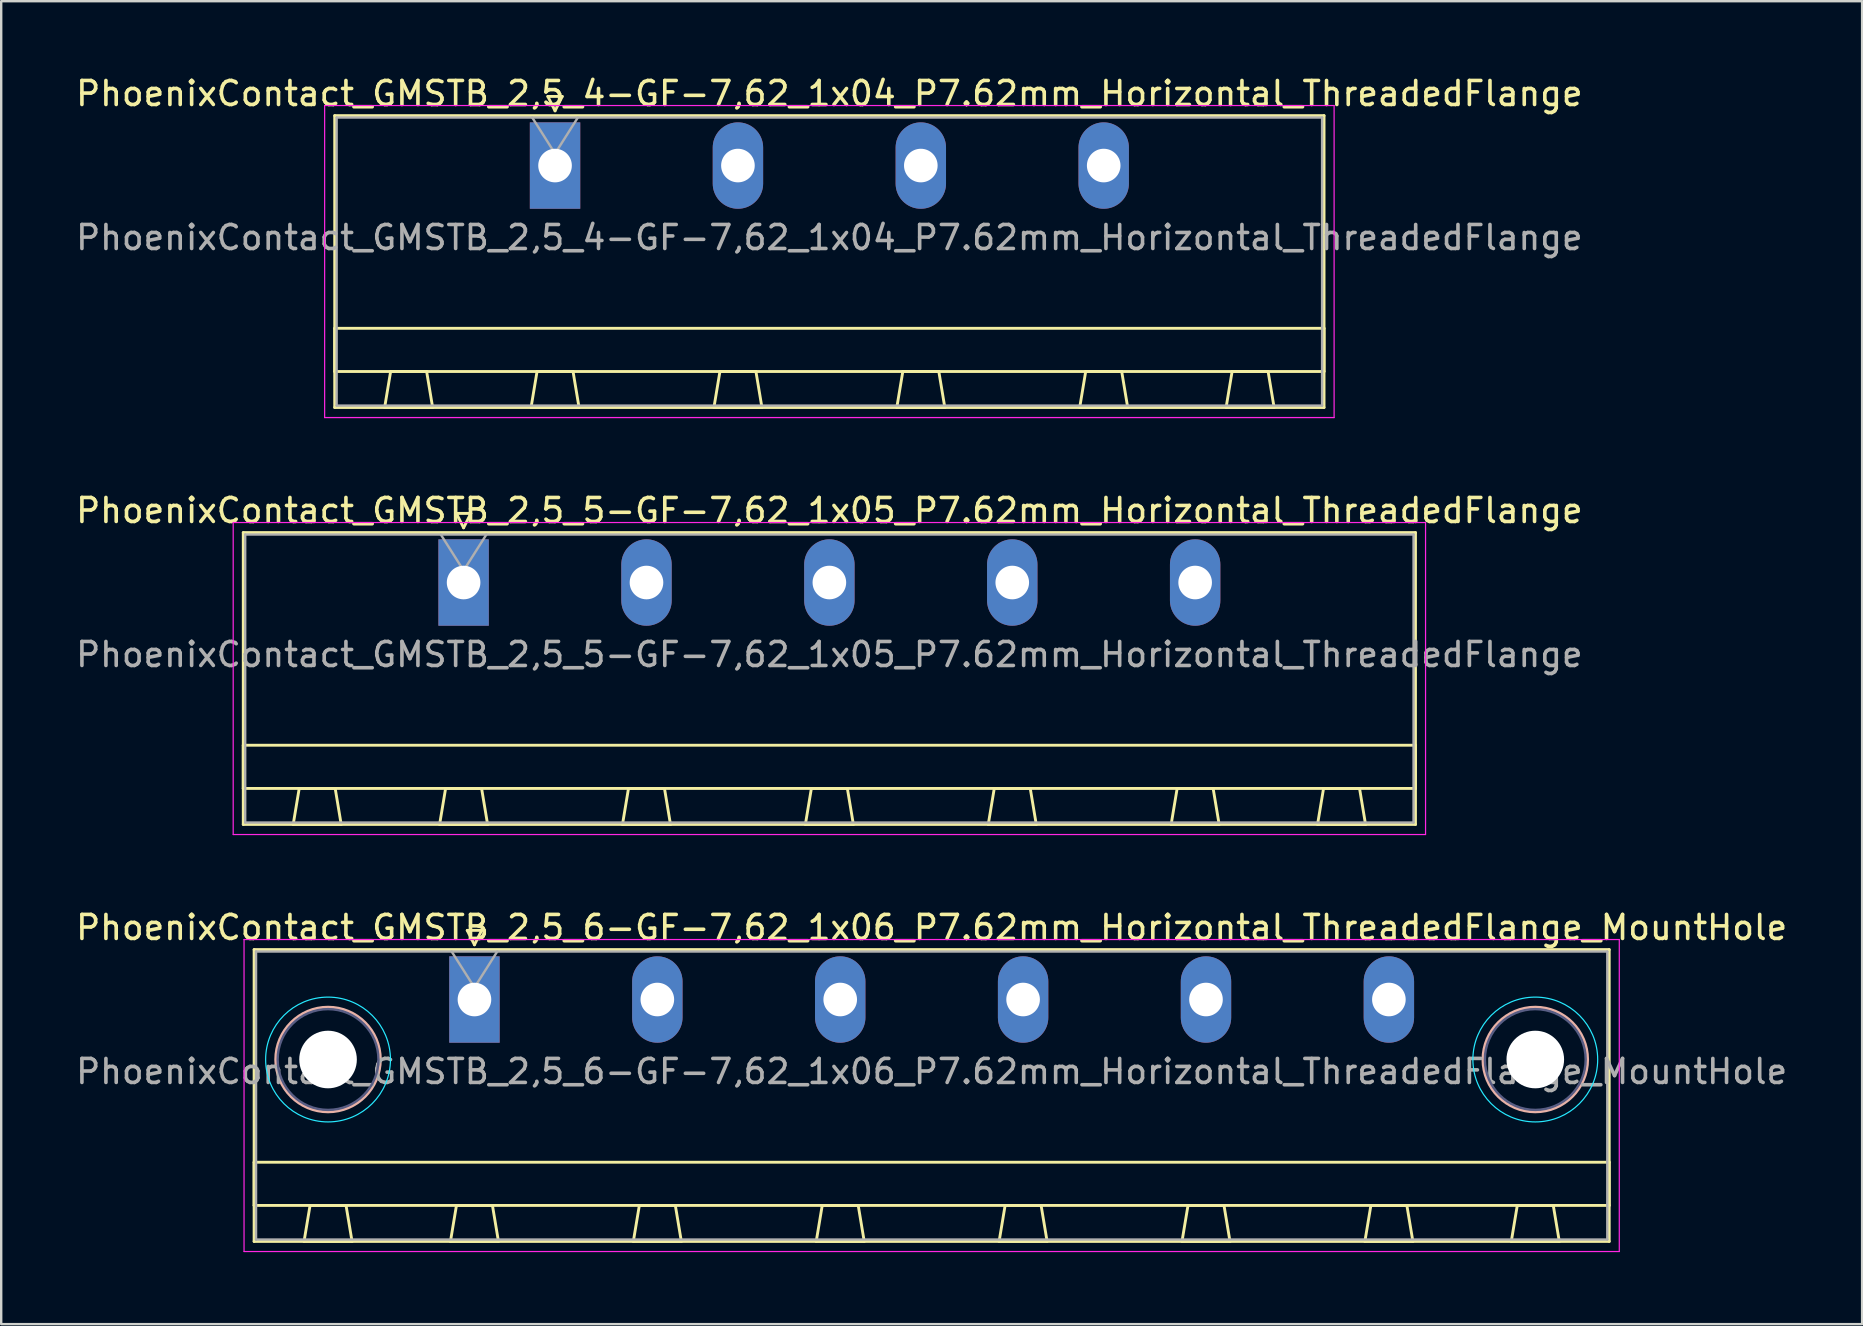
<source format=kicad_pcb>
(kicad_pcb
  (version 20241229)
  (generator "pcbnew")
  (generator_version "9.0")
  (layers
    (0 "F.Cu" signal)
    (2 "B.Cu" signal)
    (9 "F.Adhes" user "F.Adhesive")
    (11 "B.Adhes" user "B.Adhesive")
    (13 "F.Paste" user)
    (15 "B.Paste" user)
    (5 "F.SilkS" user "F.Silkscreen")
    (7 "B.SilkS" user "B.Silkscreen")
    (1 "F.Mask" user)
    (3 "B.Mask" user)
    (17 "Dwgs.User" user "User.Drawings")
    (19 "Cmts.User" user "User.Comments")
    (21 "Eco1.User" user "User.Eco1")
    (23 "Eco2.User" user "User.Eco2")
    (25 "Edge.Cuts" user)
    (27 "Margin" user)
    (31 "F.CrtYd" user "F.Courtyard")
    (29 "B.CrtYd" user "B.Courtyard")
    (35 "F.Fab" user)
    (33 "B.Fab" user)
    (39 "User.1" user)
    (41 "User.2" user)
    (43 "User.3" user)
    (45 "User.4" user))
  (footprint "PhoenixContact_GMSTB_2,5_5-GF-7,62_1x05_P7.62mm_Horizontal_ThreadedFlange"
    (layer "F.Cu")
    (at 16.266 21.221)
    (property "Reference" "PhoenixContact_GMSTB_2,5_5-GF-7,62_1x05_P7.62mm_Horizontal_ThreadedFlange" (at 15.24 -3 0) (layer "F.SilkS") (effects (font (size 1 1) (thickness 0.15))))
    (attr through_hole)
    (fp_line (start -9.18 -2.08) (end -9.18 10.08) (stroke (width 0.12) (type solid)) (layer "F.SilkS"))
    (fp_line (start -9.18 6.78) (end 39.66 6.78) (stroke (width 0.12) (type solid)) (layer "F.SilkS"))
    (fp_line (start -9.18 8.58) (end -9.18 6.78) (stroke (width 0.12) (type solid)) (layer "F.SilkS"))
    (fp_line (start -9.18 10.08) (end 39.66 10.08) (stroke (width 0.12) (type solid)) (layer "F.SilkS"))
    (fp_line (start -7.1 10.08) (end -5.1 10.08) (stroke (width 0.12) (type solid)) (layer "F.SilkS"))
    (fp_line (start -6.85 8.58) (end -7.1 10.08) (stroke (width 0.12) (type solid)) (layer "F.SilkS"))
    (fp_line (start -5.35 8.58) (end -6.85 8.58) (stroke (width 0.12) (type solid)) (layer "F.SilkS"))
    (fp_line (start -5.1 10.08) (end -5.35 8.58) (stroke (width 0.12) (type solid)) (layer "F.SilkS"))
    (fp_line (start -1 10.08) (end 1 10.08) (stroke (width 0.12) (type solid)) (layer "F.SilkS"))
    (fp_line (start -0.75 8.58) (end -1 10.08) (stroke (width 0.12) (type solid)) (layer "F.SilkS"))
    (fp_line (start -0.3 -2.88) (end 0.3 -2.88) (stroke (width 0.12) (type solid)) (layer "F.SilkS"))
    (fp_line (start 0 -2.28) (end -0.3 -2.88) (stroke (width 0.12) (type solid)) (layer "F.SilkS"))
    (fp_line (start 0.3 -2.88) (end 0 -2.28) (stroke (width 0.12) (type solid)) (layer "F.SilkS"))
    (fp_line (start 0.75 8.58) (end -0.75 8.58) (stroke (width 0.12) (type solid)) (layer "F.SilkS"))
    (fp_line (start 1 10.08) (end 0.75 8.58) (stroke (width 0.12) (type solid)) (layer "F.SilkS"))
    (fp_line (start 6.62 10.08) (end 8.62 10.08) (stroke (width 0.12) (type solid)) (layer "F.SilkS"))
    (fp_line (start 6.87 8.58) (end 6.62 10.08) (stroke (width 0.12) (type solid)) (layer "F.SilkS"))
    (fp_line (start 8.37 8.58) (end 6.87 8.58) (stroke (width 0.12) (type solid)) (layer "F.SilkS"))
    (fp_line (start 8.62 10.08) (end 8.37 8.58) (stroke (width 0.12) (type solid)) (layer "F.SilkS"))
    (fp_line (start 14.24 10.08) (end 16.24 10.08) (stroke (width 0.12) (type solid)) (layer "F.SilkS"))
    (fp_line (start 14.49 8.58) (end 14.24 10.08) (stroke (width 0.12) (type solid)) (layer "F.SilkS"))
    (fp_line (start 15.99 8.58) (end 14.49 8.58) (stroke (width 0.12) (type solid)) (layer "F.SilkS"))
    (fp_line (start 16.24 10.08) (end 15.99 8.58) (stroke (width 0.12) (type solid)) (layer "F.SilkS"))
    (fp_line (start 21.86 10.08) (end 23.86 10.08) (stroke (width 0.12) (type solid)) (layer "F.SilkS"))
    (fp_line (start 22.11 8.58) (end 21.86 10.08) (stroke (width 0.12) (type solid)) (layer "F.SilkS"))
    (fp_line (start 23.61 8.58) (end 22.11 8.58) (stroke (width 0.12) (type solid)) (layer "F.SilkS"))
    (fp_line (start 23.86 10.08) (end 23.61 8.58) (stroke (width 0.12) (type solid)) (layer "F.SilkS"))
    (fp_line (start 29.48 10.08) (end 31.48 10.08) (stroke (width 0.12) (type solid)) (layer "F.SilkS"))
    (fp_line (start 29.73 8.58) (end 29.48 10.08) (stroke (width 0.12) (type solid)) (layer "F.SilkS"))
    (fp_line (start 31.23 8.58) (end 29.73 8.58) (stroke (width 0.12) (type solid)) (layer "F.SilkS"))
    (fp_line (start 31.48 10.08) (end 31.23 8.58) (stroke (width 0.12) (type solid)) (layer "F.SilkS"))
    (fp_line (start 35.58 10.08) (end 37.58 10.08) (stroke (width 0.12) (type solid)) (layer "F.SilkS"))
    (fp_line (start 35.83 8.58) (end 35.58 10.08) (stroke (width 0.12) (type solid)) (layer "F.SilkS"))
    (fp_line (start 37.33 8.58) (end 35.83 8.58) (stroke (width 0.12) (type solid)) (layer "F.SilkS"))
    (fp_line (start 37.58 10.08) (end 37.33 8.58) (stroke (width 0.12) (type solid)) (layer "F.SilkS"))
    (fp_line (start 39.66 -2.08) (end -9.18 -2.08) (stroke (width 0.12) (type solid)) (layer "F.SilkS"))
    (fp_line (start 39.66 6.78) (end 39.66 8.58) (stroke (width 0.12) (type solid)) (layer "F.SilkS"))
    (fp_line (start 39.66 8.58) (end -9.18 8.58) (stroke (width 0.12) (type solid)) (layer "F.SilkS"))
    (fp_line (start 39.66 10.08) (end 39.66 -2.08) (stroke (width 0.12) (type solid)) (layer "F.SilkS"))
    (fp_line (start -9.6 -2.5) (end -9.6 10.5) (stroke (width 0.05) (type solid)) (layer "F.CrtYd"))
    (fp_line (start -9.6 10.5) (end 40.08 10.5) (stroke (width 0.05) (type solid)) (layer "F.CrtYd"))
    (fp_line (start 40.08 -2.5) (end -9.6 -2.5) (stroke (width 0.05) (type solid)) (layer "F.CrtYd"))
    (fp_line (start 40.08 10.5) (end 40.08 -2.5) (stroke (width 0.05) (type solid)) (layer "F.CrtYd"))
    (fp_line (start -9.1 -2) (end -9.1 10) (stroke (width 0.1) (type solid)) (layer "F.Fab"))
    (fp_line (start -9.1 10) (end 39.58 10) (stroke (width 0.1) (type solid)) (layer "F.Fab"))
    (fp_line (start 0 -0.5) (end -0.95 -2) (stroke (width 0.1) (type solid)) (layer "F.Fab"))
    (fp_line (start 0.95 -2) (end 0 -0.5) (stroke (width 0.1) (type solid)) (layer "F.Fab"))
    (fp_line (start 39.58 -2) (end -9.1 -2) (stroke (width 0.1) (type solid)) (layer "F.Fab"))
    (fp_line (start 39.58 10) (end 39.58 -2) (stroke (width 0.1) (type solid)) (layer "F.Fab"))
    (fp_text user "${REFERENCE}" (at 15.24 3 0) (layer "F.Fab") (effects (font (size 1 1) (thickness 0.15))))
    (pad "1" thru_hole rect (at 0 0) (size 2.1 3.6) (drill 1.4) (layers "*.Cu" "*.Mask"))
    (pad "2" thru_hole oval (at 7.62 0) (size 2.1 3.6) (drill 1.4) (layers "*.Cu" "*.Mask"))
    (pad "3" thru_hole oval (at 15.24 0) (size 2.1 3.6) (drill 1.4) (layers "*.Cu" "*.Mask"))
    (pad "4" thru_hole oval (at 22.86 0) (size 2.1 3.6) (drill 1.4) (layers "*.Cu" "*.Mask"))
    (pad "5" thru_hole oval (at 30.48 0) (size 2.1 3.6) (drill 1.4) (layers "*.Cu" "*.Mask")))
  (footprint "PhoenixContact_GMSTB_2,5_6-GF-7,62_1x06_P7.62mm_Horizontal_ThreadedFlange_MountHole"
    (layer "F.Cu")
    (at 16.718 38.595)
    (property "Reference" "PhoenixContact_GMSTB_2,5_6-GF-7,62_1x06_P7.62mm_Horizontal_ThreadedFlange_MountHole" (at 19.05 -3 0) (layer "F.SilkS") (effects (font (size 1 1) (thickness 0.15))))
    (attr through_hole)
    (fp_line (start -9.18 -2.08) (end -9.18 10.08) (stroke (width 0.12) (type solid)) (layer "F.SilkS"))
    (fp_line (start -9.18 6.78) (end 47.28 6.78) (stroke (width 0.12) (type solid)) (layer "F.SilkS"))
    (fp_line (start -9.18 8.58) (end -9.18 6.78) (stroke (width 0.12) (type solid)) (layer "F.SilkS"))
    (fp_line (start -9.18 10.08) (end 47.28 10.08) (stroke (width 0.12) (type solid)) (layer "F.SilkS"))
    (fp_line (start -7.1 10.08) (end -5.1 10.08) (stroke (width 0.12) (type solid)) (layer "F.SilkS"))
    (fp_line (start -6.85 8.58) (end -7.1 10.08) (stroke (width 0.12) (type solid)) (layer "F.SilkS"))
    (fp_line (start -5.35 8.58) (end -6.85 8.58) (stroke (width 0.12) (type solid)) (layer "F.SilkS"))
    (fp_line (start -5.1 10.08) (end -5.35 8.58) (stroke (width 0.12) (type solid)) (layer "F.SilkS"))
    (fp_line (start -1 10.08) (end 1 10.08) (stroke (width 0.12) (type solid)) (layer "F.SilkS"))
    (fp_line (start -0.75 8.58) (end -1 10.08) (stroke (width 0.12) (type solid)) (layer "F.SilkS"))
    (fp_line (start -0.3 -2.88) (end 0.3 -2.88) (stroke (width 0.12) (type solid)) (layer "F.SilkS"))
    (fp_line (start 0 -2.28) (end -0.3 -2.88) (stroke (width 0.12) (type solid)) (layer "F.SilkS"))
    (fp_line (start 0.3 -2.88) (end 0 -2.28) (stroke (width 0.12) (type solid)) (layer "F.SilkS"))
    (fp_line (start 0.75 8.58) (end -0.75 8.58) (stroke (width 0.12) (type solid)) (layer "F.SilkS"))
    (fp_line (start 1 10.08) (end 0.75 8.58) (stroke (width 0.12) (type solid)) (layer "F.SilkS"))
    (fp_line (start 6.62 10.08) (end 8.62 10.08) (stroke (width 0.12) (type solid)) (layer "F.SilkS"))
    (fp_line (start 6.87 8.58) (end 6.62 10.08) (stroke (width 0.12) (type solid)) (layer "F.SilkS"))
    (fp_line (start 8.37 8.58) (end 6.87 8.58) (stroke (width 0.12) (type solid)) (layer "F.SilkS"))
    (fp_line (start 8.62 10.08) (end 8.37 8.58) (stroke (width 0.12) (type solid)) (layer "F.SilkS"))
    (fp_line (start 14.24 10.08) (end 16.24 10.08) (stroke (width 0.12) (type solid)) (layer "F.SilkS"))
    (fp_line (start 14.49 8.58) (end 14.24 10.08) (stroke (width 0.12) (type solid)) (layer "F.SilkS"))
    (fp_line (start 15.99 8.58) (end 14.49 8.58) (stroke (width 0.12) (type solid)) (layer "F.SilkS"))
    (fp_line (start 16.24 10.08) (end 15.99 8.58) (stroke (width 0.12) (type solid)) (layer "F.SilkS"))
    (fp_line (start 21.86 10.08) (end 23.86 10.08) (stroke (width 0.12) (type solid)) (layer "F.SilkS"))
    (fp_line (start 22.11 8.58) (end 21.86 10.08) (stroke (width 0.12) (type solid)) (layer "F.SilkS"))
    (fp_line (start 23.61 8.58) (end 22.11 8.58) (stroke (width 0.12) (type solid)) (layer "F.SilkS"))
    (fp_line (start 23.86 10.08) (end 23.61 8.58) (stroke (width 0.12) (type solid)) (layer "F.SilkS"))
    (fp_line (start 29.48 10.08) (end 31.48 10.08) (stroke (width 0.12) (type solid)) (layer "F.SilkS"))
    (fp_line (start 29.73 8.58) (end 29.48 10.08) (stroke (width 0.12) (type solid)) (layer "F.SilkS"))
    (fp_line (start 31.23 8.58) (end 29.73 8.58) (stroke (width 0.12) (type solid)) (layer "F.SilkS"))
    (fp_line (start 31.48 10.08) (end 31.23 8.58) (stroke (width 0.12) (type solid)) (layer "F.SilkS"))
    (fp_line (start 37.1 10.08) (end 39.1 10.08) (stroke (width 0.12) (type solid)) (layer "F.SilkS"))
    (fp_line (start 37.35 8.58) (end 37.1 10.08) (stroke (width 0.12) (type solid)) (layer "F.SilkS"))
    (fp_line (start 38.85 8.58) (end 37.35 8.58) (stroke (width 0.12) (type solid)) (layer "F.SilkS"))
    (fp_line (start 39.1 10.08) (end 38.85 8.58) (stroke (width 0.12) (type solid)) (layer "F.SilkS"))
    (fp_line (start 43.2 10.08) (end 45.2 10.08) (stroke (width 0.12) (type solid)) (layer "F.SilkS"))
    (fp_line (start 43.45 8.58) (end 43.2 10.08) (stroke (width 0.12) (type solid)) (layer "F.SilkS"))
    (fp_line (start 44.95 8.58) (end 43.45 8.58) (stroke (width 0.12) (type solid)) (layer "F.SilkS"))
    (fp_line (start 45.2 10.08) (end 44.95 8.58) (stroke (width 0.12) (type solid)) (layer "F.SilkS"))
    (fp_line (start 47.28 -2.08) (end -9.18 -2.08) (stroke (width 0.12) (type solid)) (layer "F.SilkS"))
    (fp_line (start 47.28 6.78) (end 47.28 8.58) (stroke (width 0.12) (type solid)) (layer "F.SilkS"))
    (fp_line (start 47.28 8.58) (end -9.18 8.58) (stroke (width 0.12) (type solid)) (layer "F.SilkS"))
    (fp_line (start 47.28 10.08) (end 47.28 -2.08) (stroke (width 0.12) (type solid)) (layer "F.SilkS"))
    (fp_circle (center -6.1 2.5) (end -3.92 2.5) (stroke (width 0.12) (type solid)) (fill no) (layer "B.SilkS"))
    (fp_circle (center 44.2 2.5) (end 46.38 2.5) (stroke (width 0.12) (type solid)) (fill no) (layer "B.SilkS"))
    (fp_circle (center -6.1 2.5) (end -3.5 2.5) (stroke (width 0.05) (type solid)) (fill no) (layer "B.CrtYd"))
    (fp_circle (center 44.2 2.5) (end 46.8 2.5) (stroke (width 0.05) (type solid)) (fill no) (layer "B.CrtYd"))
    (fp_line (start -9.6 -2.5) (end -9.6 10.5) (stroke (width 0.05) (type solid)) (layer "F.CrtYd"))
    (fp_line (start -9.6 10.5) (end 47.7 10.5) (stroke (width 0.05) (type solid)) (layer "F.CrtYd"))
    (fp_line (start 47.7 -2.5) (end -9.6 -2.5) (stroke (width 0.05) (type solid)) (layer "F.CrtYd"))
    (fp_line (start 47.7 10.5) (end 47.7 -2.5) (stroke (width 0.05) (type solid)) (layer "F.CrtYd"))
    (fp_circle (center -6.1 2.5) (end -4 2.5) (stroke (width 0.1) (type solid)) (fill no) (layer "B.Fab"))
    (fp_circle (center 44.2 2.5) (end 46.3 2.5) (stroke (width 0.1) (type solid)) (fill no) (layer "B.Fab"))
    (fp_line (start -9.1 -2) (end -9.1 10) (stroke (width 0.1) (type solid)) (layer "F.Fab"))
    (fp_line (start -9.1 10) (end 47.2 10) (stroke (width 0.1) (type solid)) (layer "F.Fab"))
    (fp_line (start 0 -0.5) (end -0.95 -2) (stroke (width 0.1) (type solid)) (layer "F.Fab"))
    (fp_line (start 0.95 -2) (end 0 -0.5) (stroke (width 0.1) (type solid)) (layer "F.Fab"))
    (fp_line (start 47.2 -2) (end -9.1 -2) (stroke (width 0.1) (type solid)) (layer "F.Fab"))
    (fp_line (start 47.2 10) (end 47.2 -2) (stroke (width 0.1) (type solid)) (layer "F.Fab"))
    (fp_text user "${REFERENCE}" (at 19.05 3 0) (layer "F.Fab") (effects (font (size 1 1) (thickness 0.15))))
    (pad "" np_thru_hole circle (at -6.1 2.5) (size 2.4 2.4) (drill 2.4) (layers "*.Cu" "*.Mask"))
    (pad "" np_thru_hole circle (at 44.2 2.5) (size 2.4 2.4) (drill 2.4) (layers "*.Cu" "*.Mask"))
    (pad "1" thru_hole rect (at 0 0) (size 2.1 3.6) (drill 1.4) (layers "*.Cu" "*.Mask"))
    (pad "2" thru_hole oval (at 7.62 0) (size 2.1 3.6) (drill 1.4) (layers "*.Cu" "*.Mask"))
    (pad "3" thru_hole oval (at 15.24 0) (size 2.1 3.6) (drill 1.4) (layers "*.Cu" "*.Mask"))
    (pad "4" thru_hole oval (at 22.86 0) (size 2.1 3.6) (drill 1.4) (layers "*.Cu" "*.Mask"))
    (pad "5" thru_hole oval (at 30.48 0) (size 2.1 3.6) (drill 1.4) (layers "*.Cu" "*.Mask"))
    (pad "6" thru_hole oval (at 38.1 0) (size 2.1 3.6) (drill 1.4) (layers "*.Cu" "*.Mask")))
  (footprint "PhoenixContact_GMSTB_2,5_4-GF-7,62_1x04_P7.62mm_Horizontal_ThreadedFlange"
    (layer "F.Cu")
    (at 20.076 3.848)
    (property "Reference" "PhoenixContact_GMSTB_2,5_4-GF-7,62_1x04_P7.62mm_Horizontal_ThreadedFlange" (at 11.43 -3 0) (layer "F.SilkS") (effects (font (size 1 1) (thickness 0.15))))
    (attr through_hole)
    (fp_line (start -9.18 -2.08) (end -9.18 10.08) (stroke (width 0.12) (type solid)) (layer "F.SilkS"))
    (fp_line (start -9.18 6.78) (end 32.04 6.78) (stroke (width 0.12) (type solid)) (layer "F.SilkS"))
    (fp_line (start -9.18 8.58) (end -9.18 6.78) (stroke (width 0.12) (type solid)) (layer "F.SilkS"))
    (fp_line (start -9.18 10.08) (end 32.04 10.08) (stroke (width 0.12) (type solid)) (layer "F.SilkS"))
    (fp_line (start -7.1 10.08) (end -5.1 10.08) (stroke (width 0.12) (type solid)) (layer "F.SilkS"))
    (fp_line (start -6.85 8.58) (end -7.1 10.08) (stroke (width 0.12) (type solid)) (layer "F.SilkS"))
    (fp_line (start -5.35 8.58) (end -6.85 8.58) (stroke (width 0.12) (type solid)) (layer "F.SilkS"))
    (fp_line (start -5.1 10.08) (end -5.35 8.58) (stroke (width 0.12) (type solid)) (layer "F.SilkS"))
    (fp_line (start -1 10.08) (end 1 10.08) (stroke (width 0.12) (type solid)) (layer "F.SilkS"))
    (fp_line (start -0.75 8.58) (end -1 10.08) (stroke (width 0.12) (type solid)) (layer "F.SilkS"))
    (fp_line (start -0.3 -2.88) (end 0.3 -2.88) (stroke (width 0.12) (type solid)) (layer "F.SilkS"))
    (fp_line (start 0 -2.28) (end -0.3 -2.88) (stroke (width 0.12) (type solid)) (layer "F.SilkS"))
    (fp_line (start 0.3 -2.88) (end 0 -2.28) (stroke (width 0.12) (type solid)) (layer "F.SilkS"))
    (fp_line (start 0.75 8.58) (end -0.75 8.58) (stroke (width 0.12) (type solid)) (layer "F.SilkS"))
    (fp_line (start 1 10.08) (end 0.75 8.58) (stroke (width 0.12) (type solid)) (layer "F.SilkS"))
    (fp_line (start 6.62 10.08) (end 8.62 10.08) (stroke (width 0.12) (type solid)) (layer "F.SilkS"))
    (fp_line (start 6.87 8.58) (end 6.62 10.08) (stroke (width 0.12) (type solid)) (layer "F.SilkS"))
    (fp_line (start 8.37 8.58) (end 6.87 8.58) (stroke (width 0.12) (type solid)) (layer "F.SilkS"))
    (fp_line (start 8.62 10.08) (end 8.37 8.58) (stroke (width 0.12) (type solid)) (layer "F.SilkS"))
    (fp_line (start 14.24 10.08) (end 16.24 10.08) (stroke (width 0.12) (type solid)) (layer "F.SilkS"))
    (fp_line (start 14.49 8.58) (end 14.24 10.08) (stroke (width 0.12) (type solid)) (layer "F.SilkS"))
    (fp_line (start 15.99 8.58) (end 14.49 8.58) (stroke (width 0.12) (type solid)) (layer "F.SilkS"))
    (fp_line (start 16.24 10.08) (end 15.99 8.58) (stroke (width 0.12) (type solid)) (layer "F.SilkS"))
    (fp_line (start 21.86 10.08) (end 23.86 10.08) (stroke (width 0.12) (type solid)) (layer "F.SilkS"))
    (fp_line (start 22.11 8.58) (end 21.86 10.08) (stroke (width 0.12) (type solid)) (layer "F.SilkS"))
    (fp_line (start 23.61 8.58) (end 22.11 8.58) (stroke (width 0.12) (type solid)) (layer "F.SilkS"))
    (fp_line (start 23.86 10.08) (end 23.61 8.58) (stroke (width 0.12) (type solid)) (layer "F.SilkS"))
    (fp_line (start 27.96 10.08) (end 29.96 10.08) (stroke (width 0.12) (type solid)) (layer "F.SilkS"))
    (fp_line (start 28.21 8.58) (end 27.96 10.08) (stroke (width 0.12) (type solid)) (layer "F.SilkS"))
    (fp_line (start 29.71 8.58) (end 28.21 8.58) (stroke (width 0.12) (type solid)) (layer "F.SilkS"))
    (fp_line (start 29.96 10.08) (end 29.71 8.58) (stroke (width 0.12) (type solid)) (layer "F.SilkS"))
    (fp_line (start 32.04 -2.08) (end -9.18 -2.08) (stroke (width 0.12) (type solid)) (layer "F.SilkS"))
    (fp_line (start 32.04 6.78) (end 32.04 8.58) (stroke (width 0.12) (type solid)) (layer "F.SilkS"))
    (fp_line (start 32.04 8.58) (end -9.18 8.58) (stroke (width 0.12) (type solid)) (layer "F.SilkS"))
    (fp_line (start 32.04 10.08) (end 32.04 -2.08) (stroke (width 0.12) (type solid)) (layer "F.SilkS"))
    (fp_line (start -9.6 -2.5) (end -9.6 10.5) (stroke (width 0.05) (type solid)) (layer "F.CrtYd"))
    (fp_line (start -9.6 10.5) (end 32.46 10.5) (stroke (width 0.05) (type solid)) (layer "F.CrtYd"))
    (fp_line (start 32.46 -2.5) (end -9.6 -2.5) (stroke (width 0.05) (type solid)) (layer "F.CrtYd"))
    (fp_line (start 32.46 10.5) (end 32.46 -2.5) (stroke (width 0.05) (type solid)) (layer "F.CrtYd"))
    (fp_line (start -9.1 -2) (end -9.1 10) (stroke (width 0.1) (type solid)) (layer "F.Fab"))
    (fp_line (start -9.1 10) (end 31.96 10) (stroke (width 0.1) (type solid)) (layer "F.Fab"))
    (fp_line (start 0 -0.5) (end -0.95 -2) (stroke (width 0.1) (type solid)) (layer "F.Fab"))
    (fp_line (start 0.95 -2) (end 0 -0.5) (stroke (width 0.1) (type solid)) (layer "F.Fab"))
    (fp_line (start 31.96 -2) (end -9.1 -2) (stroke (width 0.1) (type solid)) (layer "F.Fab"))
    (fp_line (start 31.96 10) (end 31.96 -2) (stroke (width 0.1) (type solid)) (layer "F.Fab"))
    (fp_text user "${REFERENCE}" (at 11.43 3 0) (layer "F.Fab") (effects (font (size 1 1) (thickness 0.15))))
    (pad "1" thru_hole rect (at 0 0) (size 2.1 3.6) (drill 1.4) (layers "*.Cu" "*.Mask"))
    (pad "2" thru_hole oval (at 7.62 0) (size 2.1 3.6) (drill 1.4) (layers "*.Cu" "*.Mask"))
    (pad "3" thru_hole oval (at 15.24 0) (size 2.1 3.6) (drill 1.4) (layers "*.Cu" "*.Mask"))
    (pad "4" thru_hole oval (at 22.86 0) (size 2.1 3.6) (drill 1.4) (layers "*.Cu" "*.Mask")))
  (gr_rect
    (start -3 -3)
    (end 74.536 52.12)
    (stroke (width 0.1) (type default))
    (fill no)
    (layer "Edge.Cuts")))
</source>
